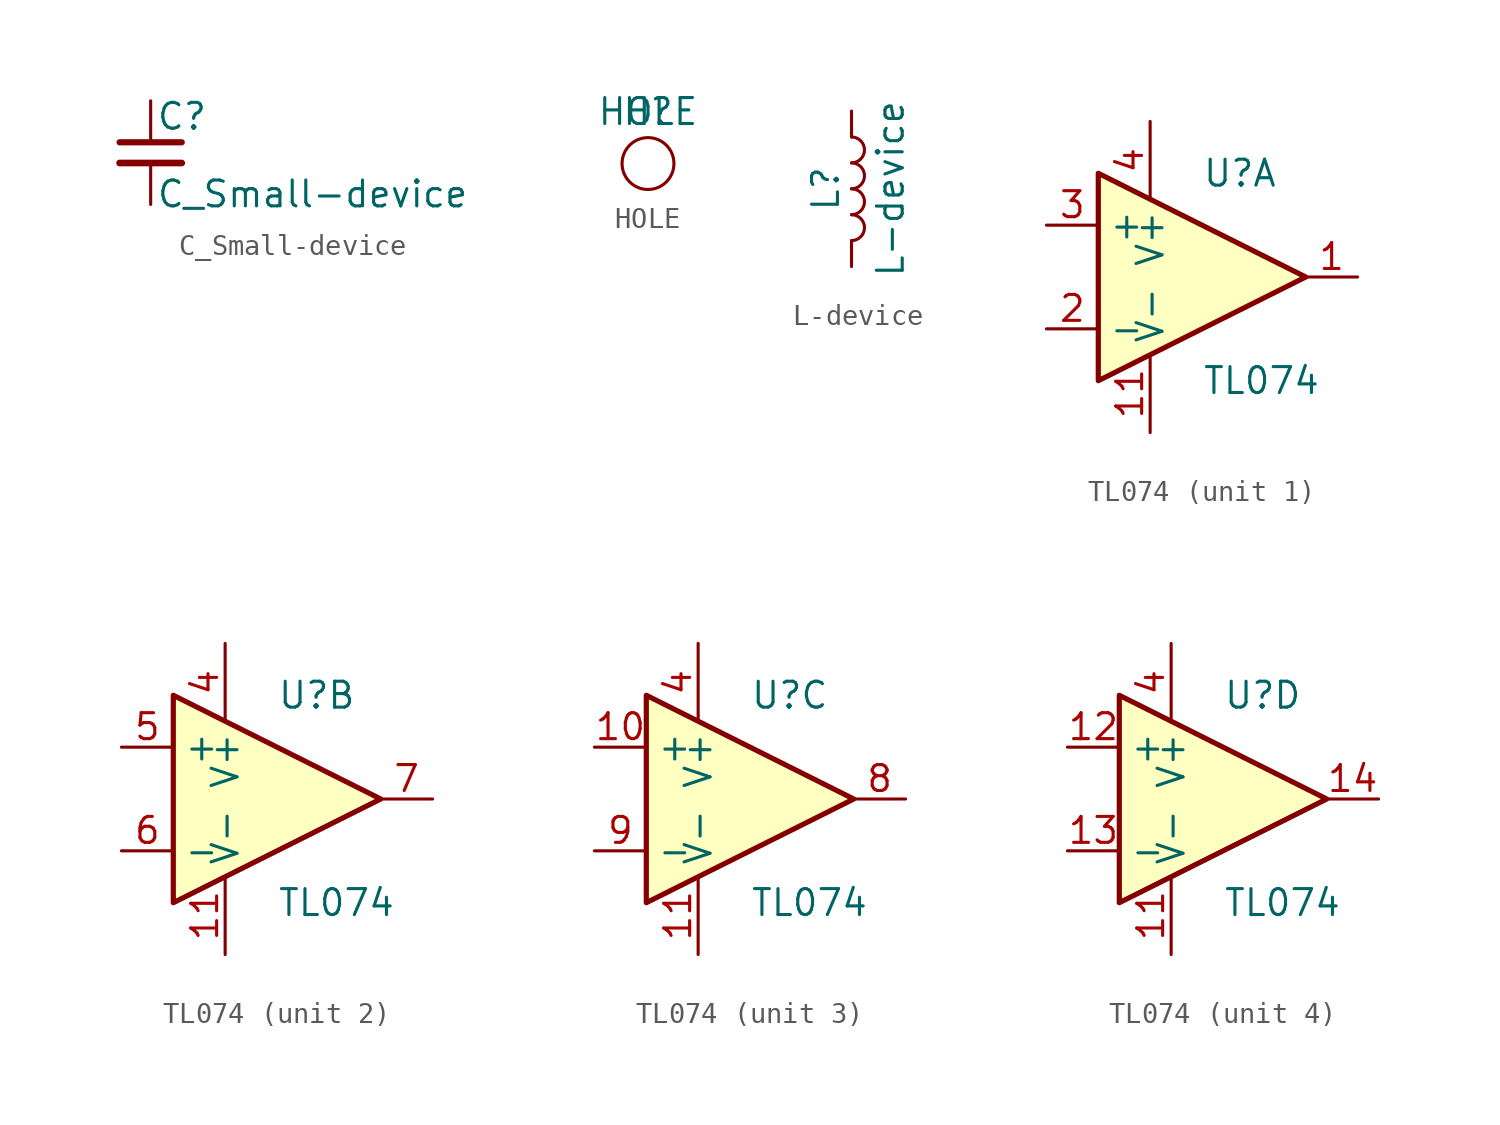
<source format=kicad_sym>
(kicad_symbol_lib
  (version 20220914)
  (generator kicad_symbol_editor)
  (symbol "C_Small-device"
    (pin_numbers hide)
    (pin_names
      (offset 0.254) hide)
    (property "Reference" "C"
      (at 0.254 1.778 0)
      (effects (font (size 1.27 1.27)) (justify left)))
    (property "Value" "C_Small-device"
      (at 0.254 -2.032 0)
      (effects (font (size 1.27 1.27)) (justify left)))
    (symbol "C_Small-device_0_1"
      (polyline (pts (xy -1.524 -0.508) (xy 1.524 -0.508)) (stroke (width 0.33) (type default)) (fill (type none)))
      (polyline (pts (xy -1.524 0.508) (xy 1.524 0.508)) (stroke (width 0.305) (type default)) (fill (type none))))
    (symbol "C_Small-device_1_1"
      (pin passive line (at 0 2.54 270) (length 2.032) (name "~" (effects (font (size 1.27 1.27)))) (number "1" (effects (font (size 1.27 1.27)))))
      (pin passive line (at 0 -2.54 90) (length 2.032) (name "~" (effects (font (size 1.27 1.27)))) (number "2" (effects (font (size 1.27 1.27)))))))
  (symbol "HOLE"
    (pin_numbers hide)
    (pin_names
      (offset 0) hide)
    (property "Reference" "H"
      (at 0 0 0)
      (effects (font (size 1.27 1.27))))
    (property "Value" "HOLE"
      (at 0 0 0)
      (effects (font (size 1.27 1.27))))
    (symbol "HOLE_0_1"
      (circle (center 0 -2.54) (radius 1.27) (stroke (width 0) (type default)) (fill (type none)))))
  (symbol "L-device"
    (pin_numbers hide)
    (pin_names
      (offset 1.016) hide)
    (property "Reference" "L"
      (at -1.27 0 90)
      (effects (font (size 1.27 1.27))))
    (property "Value" "L-device"
      (at 1.905 0 90)
      (effects (font (size 1.27 1.27))))
    (symbol "L-device_0_1"
      (arc (start 0 -2.54) (mid 0.6323 -1.905) (end 0 -1.27) (stroke (width 0) (type default)) (fill (type none)))
      (arc (start 0 -1.27) (mid 0.6323 -0.635) (end 0 0) (stroke (width 0) (type default)) (fill (type none)))
      (arc (start 0 0) (mid 0.6323 0.635) (end 0 1.27) (stroke (width 0) (type default)) (fill (type none)))
      (arc (start 0 1.27) (mid 0.6323 1.905) (end 0 2.54) (stroke (width 0) (type default)) (fill (type none))))
    (symbol "L-device_1_1"
      (pin passive line (at 0 3.81 270) (length 1.27) (name "1" (effects (font (size 1.27 1.27)))) (number "1" (effects (font (size 1.27 1.27)))))
      (pin passive line (at 0 -3.81 90) (length 1.27) (name "2" (effects (font (size 1.27 1.27)))) (number "2" (effects (font (size 1.27 1.27)))))))
  (symbol "TL074"
    (property "Reference" "U"
      (at 0 5.08 0)
      (effects (font (size 1.27 1.27)) (justify left)))
    (property "Value" "TL074"
      (at 0 -5.08 0)
      (effects (font (size 1.27 1.27)) (justify left)))
    (symbol "TL074_0_1"
      (polyline (pts (xy -5.08 5.08) (xy 5.08 0) (xy -5.08 -5.08) (xy -5.08 5.08)) (stroke (width 0.254) (type default)) (fill (type background)))
      (pin power_in line (at -2.54 -7.62 90) (length 3.81) (name "V-" (effects (font (size 1.27 1.27)))) (number "11" (effects (font (size 1.27 1.27)))))
      (pin power_in line (at -2.54 7.62 270) (length 3.81) (name "V+" (effects (font (size 1.27 1.27)))) (number "4" (effects (font (size 1.27 1.27))))))
    (symbol "TL074_1_1"
      (pin output line (at 7.62 0 180) (length 2.54) (name "~" (effects (font (size 1.27 1.27)))) (number "1" (effects (font (size 1.27 1.27)))))
      (pin input line (at -7.62 -2.54 0) (length 2.54) (name "-" (effects (font (size 1.27 1.27)))) (number "2" (effects (font (size 1.27 1.27)))))
      (pin input line (at -7.62 2.54 0) (length 2.54) (name "+" (effects (font (size 1.27 1.27)))) (number "3" (effects (font (size 1.27 1.27))))))
    (symbol "TL074_2_1"
      (pin input line (at -7.62 2.54 0) (length 2.54) (name "+" (effects (font (size 1.27 1.27)))) (number "5" (effects (font (size 1.27 1.27)))))
      (pin input line (at -7.62 -2.54 0) (length 2.54) (name "-" (effects (font (size 1.27 1.27)))) (number "6" (effects (font (size 1.27 1.27)))))
      (pin output line (at 7.62 0 180) (length 2.54) (name "~" (effects (font (size 1.27 1.27)))) (number "7" (effects (font (size 1.27 1.27))))))
    (symbol "TL074_3_1"
      (pin input line (at -7.62 2.54 0) (length 2.54) (name "+" (effects (font (size 1.27 1.27)))) (number "10" (effects (font (size 1.27 1.27)))))
      (pin output line (at 7.62 0 180) (length 2.54) (name "~" (effects (font (size 1.27 1.27)))) (number "8" (effects (font (size 1.27 1.27)))))
      (pin input line (at -7.62 -2.54 0) (length 2.54) (name "-" (effects (font (size 1.27 1.27)))) (number "9" (effects (font (size 1.27 1.27))))))
    (symbol "TL074_4_1"
      (pin input line (at -7.62 2.54 0) (length 2.54) (name "+" (effects (font (size 1.27 1.27)))) (number "12" (effects (font (size 1.27 1.27)))))
      (pin input line (at -7.62 -2.54 0) (length 2.54) (name "-" (effects (font (size 1.27 1.27)))) (number "13" (effects (font (size 1.27 1.27)))))
      (pin output line (at 7.62 0 180) (length 2.54) (name "~" (effects (font (size 1.27 1.27)))) (number "14" (effects (font (size 1.27 1.27))))))))
</source>
